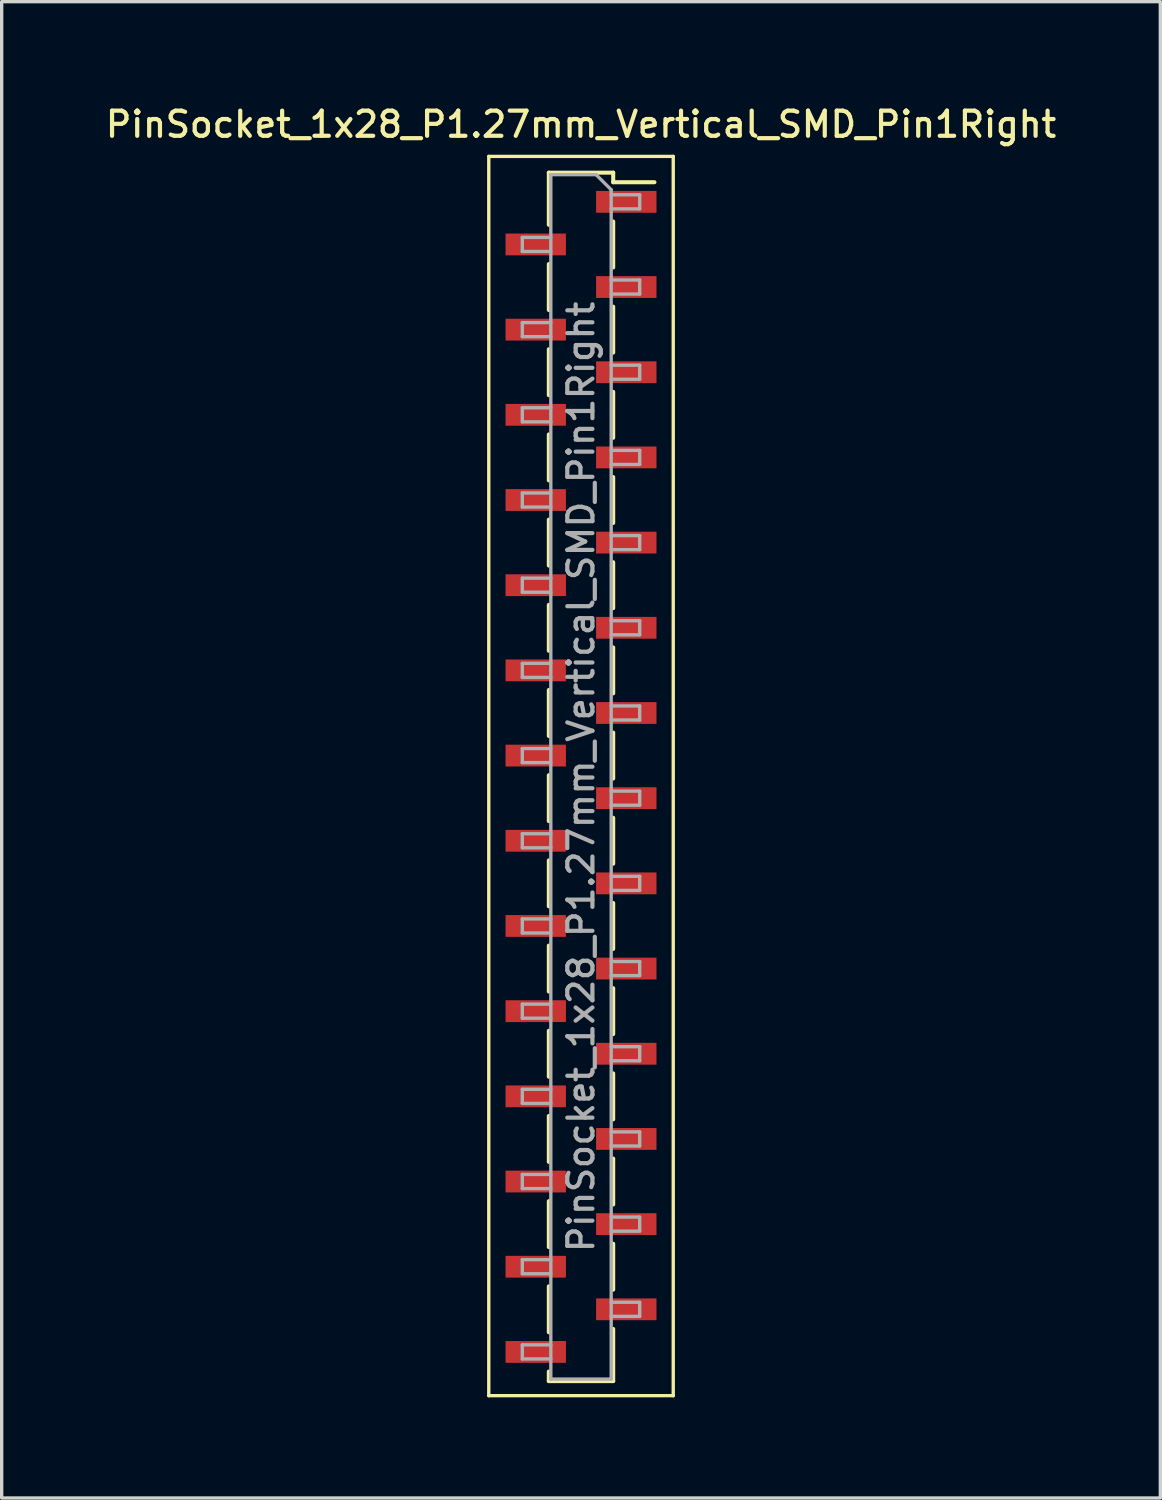
<source format=kicad_pcb>
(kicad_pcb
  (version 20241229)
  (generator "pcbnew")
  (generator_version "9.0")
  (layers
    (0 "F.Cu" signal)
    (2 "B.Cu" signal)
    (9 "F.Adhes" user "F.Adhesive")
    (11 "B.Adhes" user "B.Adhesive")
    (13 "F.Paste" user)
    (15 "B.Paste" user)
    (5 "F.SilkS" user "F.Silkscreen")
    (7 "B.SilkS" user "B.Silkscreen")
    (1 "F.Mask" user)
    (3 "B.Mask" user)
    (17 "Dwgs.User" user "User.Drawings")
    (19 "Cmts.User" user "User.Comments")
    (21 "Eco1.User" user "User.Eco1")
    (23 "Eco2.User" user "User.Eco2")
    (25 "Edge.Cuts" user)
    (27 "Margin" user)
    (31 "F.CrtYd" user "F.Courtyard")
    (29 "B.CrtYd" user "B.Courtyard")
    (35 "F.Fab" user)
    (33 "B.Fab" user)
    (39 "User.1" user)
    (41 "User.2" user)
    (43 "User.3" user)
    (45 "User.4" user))
  (footprint "PinSocket_1x28_P1.27mm_Vertical_SMD_Pin1Right"
    (layer "F.Cu")
    (at 14.273 20.113)
    (property "Reference" "PinSocket_1x28_P1.27mm_Vertical_SMD_Pin1Right" (at 0 -19.455 0) (layer "F.SilkS") (effects (font (size 0.75 0.75) (thickness 0.125))))
    (attr smd)
    (fp_line (start -2.75 -18.5) (end 2.75 -18.5) (stroke (width 0.1) (type solid)) (layer "F.SilkS"))
    (fp_line (start -2.75 18.45) (end -2.75 -18.5) (stroke (width 0.1) (type solid)) (layer "F.SilkS"))
    (fp_line (start -0.96 -18.015) (end -0.96 -16.46) (stroke (width 0.12) (type solid)) (layer "F.SilkS"))
    (fp_line (start -0.96 -18.015) (end 0.96 -18.015) (stroke (width 0.12) (type solid)) (layer "F.SilkS"))
    (fp_line (start -0.96 -15.29) (end -0.96 -13.92) (stroke (width 0.12) (type solid)) (layer "F.SilkS"))
    (fp_line (start -0.96 -12.75) (end -0.96 -11.38) (stroke (width 0.12) (type solid)) (layer "F.SilkS"))
    (fp_line (start -0.96 -10.21) (end -0.96 -8.84) (stroke (width 0.12) (type solid)) (layer "F.SilkS"))
    (fp_line (start -0.96 -7.67) (end -0.96 -6.3) (stroke (width 0.12) (type solid)) (layer "F.SilkS"))
    (fp_line (start -0.96 -5.13) (end -0.96 -3.76) (stroke (width 0.12) (type solid)) (layer "F.SilkS"))
    (fp_line (start -0.96 -2.59) (end -0.96 -1.22) (stroke (width 0.12) (type solid)) (layer "F.SilkS"))
    (fp_line (start -0.96 -0.05) (end -0.96 1.32) (stroke (width 0.12) (type solid)) (layer "F.SilkS"))
    (fp_line (start -0.96 2.49) (end -0.96 3.86) (stroke (width 0.12) (type solid)) (layer "F.SilkS"))
    (fp_line (start -0.96 5.03) (end -0.96 6.4) (stroke (width 0.12) (type solid)) (layer "F.SilkS"))
    (fp_line (start -0.96 7.57) (end -0.96 8.94) (stroke (width 0.12) (type solid)) (layer "F.SilkS"))
    (fp_line (start -0.96 10.11) (end -0.96 11.48) (stroke (width 0.12) (type solid)) (layer "F.SilkS"))
    (fp_line (start -0.96 12.65) (end -0.96 14.02) (stroke (width 0.12) (type solid)) (layer "F.SilkS"))
    (fp_line (start -0.96 15.19) (end -0.96 16.56) (stroke (width 0.12) (type solid)) (layer "F.SilkS"))
    (fp_line (start -0.96 17.73) (end -0.96 18.015) (stroke (width 0.12) (type solid)) (layer "F.SilkS"))
    (fp_line (start -0.96 18.015) (end 0.96 18.015) (stroke (width 0.12) (type solid)) (layer "F.SilkS"))
    (fp_line (start 0.96 -18.015) (end 0.96 -17.73) (stroke (width 0.12) (type solid)) (layer "F.SilkS"))
    (fp_line (start 0.96 -17.73) (end 2.19 -17.73) (stroke (width 0.12) (type solid)) (layer "F.SilkS"))
    (fp_line (start 0.96 -16.56) (end 0.96 -15.19) (stroke (width 0.12) (type solid)) (layer "F.SilkS"))
    (fp_line (start 0.96 -14.02) (end 0.96 -12.65) (stroke (width 0.12) (type solid)) (layer "F.SilkS"))
    (fp_line (start 0.96 -11.48) (end 0.96 -10.11) (stroke (width 0.12) (type solid)) (layer "F.SilkS"))
    (fp_line (start 0.96 -8.94) (end 0.96 -7.57) (stroke (width 0.12) (type solid)) (layer "F.SilkS"))
    (fp_line (start 0.96 -6.4) (end 0.96 -5.03) (stroke (width 0.12) (type solid)) (layer "F.SilkS"))
    (fp_line (start 0.96 -3.86) (end 0.96 -2.49) (stroke (width 0.12) (type solid)) (layer "F.SilkS"))
    (fp_line (start 0.96 -1.32) (end 0.96 0.05) (stroke (width 0.12) (type solid)) (layer "F.SilkS"))
    (fp_line (start 0.96 1.22) (end 0.96 2.59) (stroke (width 0.12) (type solid)) (layer "F.SilkS"))
    (fp_line (start 0.96 3.76) (end 0.96 5.13) (stroke (width 0.12) (type solid)) (layer "F.SilkS"))
    (fp_line (start 0.96 6.3) (end 0.96 7.67) (stroke (width 0.12) (type solid)) (layer "F.SilkS"))
    (fp_line (start 0.96 8.84) (end 0.96 10.21) (stroke (width 0.12) (type solid)) (layer "F.SilkS"))
    (fp_line (start 0.96 11.38) (end 0.96 12.75) (stroke (width 0.12) (type solid)) (layer "F.SilkS"))
    (fp_line (start 0.96 13.92) (end 0.96 15.29) (stroke (width 0.12) (type solid)) (layer "F.SilkS"))
    (fp_line (start 0.96 16.46) (end 0.96 18.015) (stroke (width 0.12) (type solid)) (layer "F.SilkS"))
    (fp_line (start 2.75 -18.5) (end 2.75 18.45) (stroke (width 0.1) (type solid)) (layer "F.SilkS"))
    (fp_line (start 2.75 18.45) (end -2.75 18.45) (stroke (width 0.1) (type solid)) (layer "F.SilkS"))
    (fp_line (start -1.75 -16.085) (end -0.9 -16.085) (stroke (width 0.1) (type solid)) (layer "F.Fab"))
    (fp_line (start -1.75 -15.665) (end -1.75 -16.085) (stroke (width 0.1) (type solid)) (layer "F.Fab"))
    (fp_line (start -1.75 -13.545) (end -0.9 -13.545) (stroke (width 0.1) (type solid)) (layer "F.Fab"))
    (fp_line (start -1.75 -13.125) (end -1.75 -13.545) (stroke (width 0.1) (type solid)) (layer "F.Fab"))
    (fp_line (start -1.75 -11.005) (end -0.9 -11.005) (stroke (width 0.1) (type solid)) (layer "F.Fab"))
    (fp_line (start -1.75 -10.585) (end -1.75 -11.005) (stroke (width 0.1) (type solid)) (layer "F.Fab"))
    (fp_line (start -1.75 -8.465) (end -0.9 -8.465) (stroke (width 0.1) (type solid)) (layer "F.Fab"))
    (fp_line (start -1.75 -8.045) (end -1.75 -8.465) (stroke (width 0.1) (type solid)) (layer "F.Fab"))
    (fp_line (start -1.75 -5.925) (end -0.9 -5.925) (stroke (width 0.1) (type solid)) (layer "F.Fab"))
    (fp_line (start -1.75 -5.505) (end -1.75 -5.925) (stroke (width 0.1) (type solid)) (layer "F.Fab"))
    (fp_line (start -1.75 -3.385) (end -0.9 -3.385) (stroke (width 0.1) (type solid)) (layer "F.Fab"))
    (fp_line (start -1.75 -2.965) (end -1.75 -3.385) (stroke (width 0.1) (type solid)) (layer "F.Fab"))
    (fp_line (start -1.75 -0.845) (end -0.9 -0.845) (stroke (width 0.1) (type solid)) (layer "F.Fab"))
    (fp_line (start -1.75 -0.425) (end -1.75 -0.845) (stroke (width 0.1) (type solid)) (layer "F.Fab"))
    (fp_line (start -1.75 1.695) (end -0.9 1.695) (stroke (width 0.1) (type solid)) (layer "F.Fab"))
    (fp_line (start -1.75 2.115) (end -1.75 1.695) (stroke (width 0.1) (type solid)) (layer "F.Fab"))
    (fp_line (start -1.75 4.235) (end -0.9 4.235) (stroke (width 0.1) (type solid)) (layer "F.Fab"))
    (fp_line (start -1.75 4.655) (end -1.75 4.235) (stroke (width 0.1) (type solid)) (layer "F.Fab"))
    (fp_line (start -1.75 6.775) (end -0.9 6.775) (stroke (width 0.1) (type solid)) (layer "F.Fab"))
    (fp_line (start -1.75 7.195) (end -1.75 6.775) (stroke (width 0.1) (type solid)) (layer "F.Fab"))
    (fp_line (start -1.75 9.315) (end -0.9 9.315) (stroke (width 0.1) (type solid)) (layer "F.Fab"))
    (fp_line (start -1.75 9.735) (end -1.75 9.315) (stroke (width 0.1) (type solid)) (layer "F.Fab"))
    (fp_line (start -1.75 11.855) (end -0.9 11.855) (stroke (width 0.1) (type solid)) (layer "F.Fab"))
    (fp_line (start -1.75 12.275) (end -1.75 11.855) (stroke (width 0.1) (type solid)) (layer "F.Fab"))
    (fp_line (start -1.75 14.395) (end -0.9 14.395) (stroke (width 0.1) (type solid)) (layer "F.Fab"))
    (fp_line (start -1.75 14.815) (end -1.75 14.395) (stroke (width 0.1) (type solid)) (layer "F.Fab"))
    (fp_line (start -1.75 16.935) (end -0.9 16.935) (stroke (width 0.1) (type solid)) (layer "F.Fab"))
    (fp_line (start -1.75 17.355) (end -1.75 16.935) (stroke (width 0.1) (type solid)) (layer "F.Fab"))
    (fp_line (start -0.9 -17.955) (end 0.45 -17.955) (stroke (width 0.1) (type solid)) (layer "F.Fab"))
    (fp_line (start -0.9 -15.665) (end -1.75 -15.665) (stroke (width 0.1) (type solid)) (layer "F.Fab"))
    (fp_line (start -0.9 -13.125) (end -1.75 -13.125) (stroke (width 0.1) (type solid)) (layer "F.Fab"))
    (fp_line (start -0.9 -10.585) (end -1.75 -10.585) (stroke (width 0.1) (type solid)) (layer "F.Fab"))
    (fp_line (start -0.9 -8.045) (end -1.75 -8.045) (stroke (width 0.1) (type solid)) (layer "F.Fab"))
    (fp_line (start -0.9 -5.505) (end -1.75 -5.505) (stroke (width 0.1) (type solid)) (layer "F.Fab"))
    (fp_line (start -0.9 -2.965) (end -1.75 -2.965) (stroke (width 0.1) (type solid)) (layer "F.Fab"))
    (fp_line (start -0.9 -0.425) (end -1.75 -0.425) (stroke (width 0.1) (type solid)) (layer "F.Fab"))
    (fp_line (start -0.9 2.115) (end -1.75 2.115) (stroke (width 0.1) (type solid)) (layer "F.Fab"))
    (fp_line (start -0.9 4.655) (end -1.75 4.655) (stroke (width 0.1) (type solid)) (layer "F.Fab"))
    (fp_line (start -0.9 7.195) (end -1.75 7.195) (stroke (width 0.1) (type solid)) (layer "F.Fab"))
    (fp_line (start -0.9 9.735) (end -1.75 9.735) (stroke (width 0.1) (type solid)) (layer "F.Fab"))
    (fp_line (start -0.9 12.275) (end -1.75 12.275) (stroke (width 0.1) (type solid)) (layer "F.Fab"))
    (fp_line (start -0.9 14.815) (end -1.75 14.815) (stroke (width 0.1) (type solid)) (layer "F.Fab"))
    (fp_line (start -0.9 17.355) (end -1.75 17.355) (stroke (width 0.1) (type solid)) (layer "F.Fab"))
    (fp_line (start -0.9 17.955) (end -0.9 -17.955) (stroke (width 0.1) (type solid)) (layer "F.Fab"))
    (fp_line (start 0.45 -17.955) (end 0.9 -17.505) (stroke (width 0.1) (type solid)) (layer "F.Fab"))
    (fp_line (start 0.9 -17.505) (end 0.9 17.955) (stroke (width 0.1) (type solid)) (layer "F.Fab"))
    (fp_line (start 0.9 -17.355) (end 1.75 -17.355) (stroke (width 0.1) (type solid)) (layer "F.Fab"))
    (fp_line (start 0.9 -14.815) (end 1.75 -14.815) (stroke (width 0.1) (type solid)) (layer "F.Fab"))
    (fp_line (start 0.9 -12.275) (end 1.75 -12.275) (stroke (width 0.1) (type solid)) (layer "F.Fab"))
    (fp_line (start 0.9 -9.735) (end 1.75 -9.735) (stroke (width 0.1) (type solid)) (layer "F.Fab"))
    (fp_line (start 0.9 -7.195) (end 1.75 -7.195) (stroke (width 0.1) (type solid)) (layer "F.Fab"))
    (fp_line (start 0.9 -4.655) (end 1.75 -4.655) (stroke (width 0.1) (type solid)) (layer "F.Fab"))
    (fp_line (start 0.9 -2.115) (end 1.75 -2.115) (stroke (width 0.1) (type solid)) (layer "F.Fab"))
    (fp_line (start 0.9 0.425) (end 1.75 0.425) (stroke (width 0.1) (type solid)) (layer "F.Fab"))
    (fp_line (start 0.9 2.965) (end 1.75 2.965) (stroke (width 0.1) (type solid)) (layer "F.Fab"))
    (fp_line (start 0.9 5.505) (end 1.75 5.505) (stroke (width 0.1) (type solid)) (layer "F.Fab"))
    (fp_line (start 0.9 8.045) (end 1.75 8.045) (stroke (width 0.1) (type solid)) (layer "F.Fab"))
    (fp_line (start 0.9 10.585) (end 1.75 10.585) (stroke (width 0.1) (type solid)) (layer "F.Fab"))
    (fp_line (start 0.9 13.125) (end 1.75 13.125) (stroke (width 0.1) (type solid)) (layer "F.Fab"))
    (fp_line (start 0.9 15.665) (end 1.75 15.665) (stroke (width 0.1) (type solid)) (layer "F.Fab"))
    (fp_line (start 0.9 17.955) (end -0.9 17.955) (stroke (width 0.1) (type solid)) (layer "F.Fab"))
    (fp_line (start 1.75 -17.355) (end 1.75 -16.935) (stroke (width 0.1) (type solid)) (layer "F.Fab"))
    (fp_line (start 1.75 -16.935) (end 0.9 -16.935) (stroke (width 0.1) (type solid)) (layer "F.Fab"))
    (fp_line (start 1.75 -14.815) (end 1.75 -14.395) (stroke (width 0.1) (type solid)) (layer "F.Fab"))
    (fp_line (start 1.75 -14.395) (end 0.9 -14.395) (stroke (width 0.1) (type solid)) (layer "F.Fab"))
    (fp_line (start 1.75 -12.275) (end 1.75 -11.855) (stroke (width 0.1) (type solid)) (layer "F.Fab"))
    (fp_line (start 1.75 -11.855) (end 0.9 -11.855) (stroke (width 0.1) (type solid)) (layer "F.Fab"))
    (fp_line (start 1.75 -9.735) (end 1.75 -9.315) (stroke (width 0.1) (type solid)) (layer "F.Fab"))
    (fp_line (start 1.75 -9.315) (end 0.9 -9.315) (stroke (width 0.1) (type solid)) (layer "F.Fab"))
    (fp_line (start 1.75 -7.195) (end 1.75 -6.775) (stroke (width 0.1) (type solid)) (layer "F.Fab"))
    (fp_line (start 1.75 -6.775) (end 0.9 -6.775) (stroke (width 0.1) (type solid)) (layer "F.Fab"))
    (fp_line (start 1.75 -4.655) (end 1.75 -4.235) (stroke (width 0.1) (type solid)) (layer "F.Fab"))
    (fp_line (start 1.75 -4.235) (end 0.9 -4.235) (stroke (width 0.1) (type solid)) (layer "F.Fab"))
    (fp_line (start 1.75 -2.115) (end 1.75 -1.695) (stroke (width 0.1) (type solid)) (layer "F.Fab"))
    (fp_line (start 1.75 -1.695) (end 0.9 -1.695) (stroke (width 0.1) (type solid)) (layer "F.Fab"))
    (fp_line (start 1.75 0.425) (end 1.75 0.845) (stroke (width 0.1) (type solid)) (layer "F.Fab"))
    (fp_line (start 1.75 0.845) (end 0.9 0.845) (stroke (width 0.1) (type solid)) (layer "F.Fab"))
    (fp_line (start 1.75 2.965) (end 1.75 3.385) (stroke (width 0.1) (type solid)) (layer "F.Fab"))
    (fp_line (start 1.75 3.385) (end 0.9 3.385) (stroke (width 0.1) (type solid)) (layer "F.Fab"))
    (fp_line (start 1.75 5.505) (end 1.75 5.925) (stroke (width 0.1) (type solid)) (layer "F.Fab"))
    (fp_line (start 1.75 5.925) (end 0.9 5.925) (stroke (width 0.1) (type solid)) (layer "F.Fab"))
    (fp_line (start 1.75 8.045) (end 1.75 8.465) (stroke (width 0.1) (type solid)) (layer "F.Fab"))
    (fp_line (start 1.75 8.465) (end 0.9 8.465) (stroke (width 0.1) (type solid)) (layer "F.Fab"))
    (fp_line (start 1.75 10.585) (end 1.75 11.005) (stroke (width 0.1) (type solid)) (layer "F.Fab"))
    (fp_line (start 1.75 11.005) (end 0.9 11.005) (stroke (width 0.1) (type solid)) (layer "F.Fab"))
    (fp_line (start 1.75 13.125) (end 1.75 13.545) (stroke (width 0.1) (type solid)) (layer "F.Fab"))
    (fp_line (start 1.75 13.545) (end 0.9 13.545) (stroke (width 0.1) (type solid)) (layer "F.Fab"))
    (fp_line (start 1.75 15.665) (end 1.75 16.085) (stroke (width 0.1) (type solid)) (layer "F.Fab"))
    (fp_line (start 1.75 16.085) (end 0.9 16.085) (stroke (width 0.1) (type solid)) (layer "F.Fab"))
    (fp_text user "${REFERENCE}" (at 0 0 90) (layer "F.Fab") (effects (font (size 0.75 0.75) (thickness 0.125))))
    (pad "1" smd rect (at 1.35 -17.145) (size 1.8 0.65) (layers "F.Cu" "F.Mask" "F.Paste"))
    (pad "2" smd rect (at -1.35 -15.875) (size 1.8 0.65) (layers "F.Cu" "F.Mask" "F.Paste"))
    (pad "3" smd rect (at 1.35 -14.605) (size 1.8 0.65) (layers "F.Cu" "F.Mask" "F.Paste"))
    (pad "4" smd rect (at -1.35 -13.335) (size 1.8 0.65) (layers "F.Cu" "F.Mask" "F.Paste"))
    (pad "5" smd rect (at 1.35 -12.065) (size 1.8 0.65) (layers "F.Cu" "F.Mask" "F.Paste"))
    (pad "6" smd rect (at -1.35 -10.795) (size 1.8 0.65) (layers "F.Cu" "F.Mask" "F.Paste"))
    (pad "7" smd rect (at 1.35 -9.525) (size 1.8 0.65) (layers "F.Cu" "F.Mask" "F.Paste"))
    (pad "8" smd rect (at -1.35 -8.255) (size 1.8 0.65) (layers "F.Cu" "F.Mask" "F.Paste"))
    (pad "9" smd rect (at 1.35 -6.985) (size 1.8 0.65) (layers "F.Cu" "F.Mask" "F.Paste"))
    (pad "10" smd rect (at -1.35 -5.715) (size 1.8 0.65) (layers "F.Cu" "F.Mask" "F.Paste"))
    (pad "11" smd rect (at 1.35 -4.445) (size 1.8 0.65) (layers "F.Cu" "F.Mask" "F.Paste"))
    (pad "12" smd rect (at -1.35 -3.175) (size 1.8 0.65) (layers "F.Cu" "F.Mask" "F.Paste"))
    (pad "13" smd rect (at 1.35 -1.905) (size 1.8 0.65) (layers "F.Cu" "F.Mask" "F.Paste"))
    (pad "14" smd rect (at -1.35 -0.635) (size 1.8 0.65) (layers "F.Cu" "F.Mask" "F.Paste"))
    (pad "15" smd rect (at 1.35 0.635) (size 1.8 0.65) (layers "F.Cu" "F.Mask" "F.Paste"))
    (pad "16" smd rect (at -1.35 1.905) (size 1.8 0.65) (layers "F.Cu" "F.Mask" "F.Paste"))
    (pad "17" smd rect (at 1.35 3.175) (size 1.8 0.65) (layers "F.Cu" "F.Mask" "F.Paste"))
    (pad "18" smd rect (at -1.35 4.445) (size 1.8 0.65) (layers "F.Cu" "F.Mask" "F.Paste"))
    (pad "19" smd rect (at 1.35 5.715) (size 1.8 0.65) (layers "F.Cu" "F.Mask" "F.Paste"))
    (pad "20" smd rect (at -1.35 6.985) (size 1.8 0.65) (layers "F.Cu" "F.Mask" "F.Paste"))
    (pad "21" smd rect (at 1.35 8.255) (size 1.8 0.65) (layers "F.Cu" "F.Mask" "F.Paste"))
    (pad "22" smd rect (at -1.35 9.525) (size 1.8 0.65) (layers "F.Cu" "F.Mask" "F.Paste"))
    (pad "23" smd rect (at 1.35 10.795) (size 1.8 0.65) (layers "F.Cu" "F.Mask" "F.Paste"))
    (pad "24" smd rect (at -1.35 12.065) (size 1.8 0.65) (layers "F.Cu" "F.Mask" "F.Paste"))
    (pad "25" smd rect (at 1.35 13.335) (size 1.8 0.65) (layers "F.Cu" "F.Mask" "F.Paste"))
    (pad "26" smd rect (at -1.35 14.605) (size 1.8 0.65) (layers "F.Cu" "F.Mask" "F.Paste"))
    (pad "27" smd rect (at 1.35 15.875) (size 1.8 0.65) (layers "F.Cu" "F.Mask" "F.Paste"))
    (pad "28" smd rect (at -1.35 17.145) (size 1.8 0.65) (layers "F.Cu" "F.Mask" "F.Paste")))
  (gr_rect
    (start -3 -3)
    (end 31.546 41.613)
    (stroke (width 0.1) (type default))
    (fill no)
    (layer "Edge.Cuts")))
</source>
